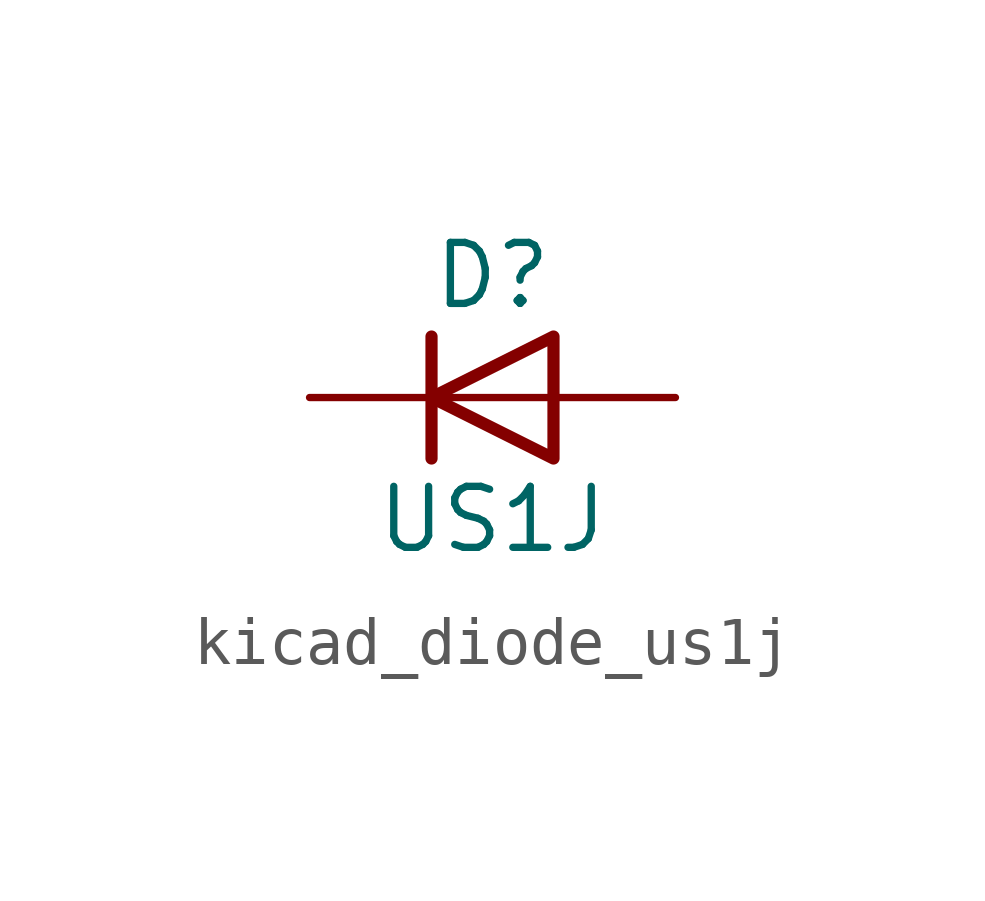
<source format=kicad_sym>
(kicad_symbol_lib
  (version 20220914)
  (generator kicad_symbol_editor)
  (symbol "kicad_diode_us1j"
    (pin_numbers hide)
    (pin_names hide)
    (property "Reference" "D"
      (at 0 2.54 0)
      (effects (font (size 1.27 1.27))))
    (property "Value" "US1J"
      (at 0 -2.54 0)
      (effects (font (size 1.27 1.27))))
    (symbol "kicad_diode_us1j_0_1"
      (polyline (pts (xy -1.27 1.27) (xy -1.27 -1.27)) (stroke (width 0.254) (type default)) (fill (type none)))
      (polyline (pts (xy 1.27 0) (xy -1.27 0)) (stroke (width 0) (type default)) (fill (type none)))
      (polyline (pts (xy 1.27 1.27) (xy 1.27 -1.27) (xy -1.27 0) (xy 1.27 1.27)) (stroke (width 0.254) (type default)) (fill (type none))))
    (symbol "kicad_diode_us1j_1_1"
      (pin passive line (at -3.81 0 0) (length 2.54) (name "K" (effects (font (size 1.27 1.27)))) (number "1" (effects (font (size 1.27 1.27)))))
      (pin passive line (at 3.81 0 180) (length 2.54) (name "A" (effects (font (size 1.27 1.27)))) (number "2" (effects (font (size 1.27 1.27))))))))
</source>
